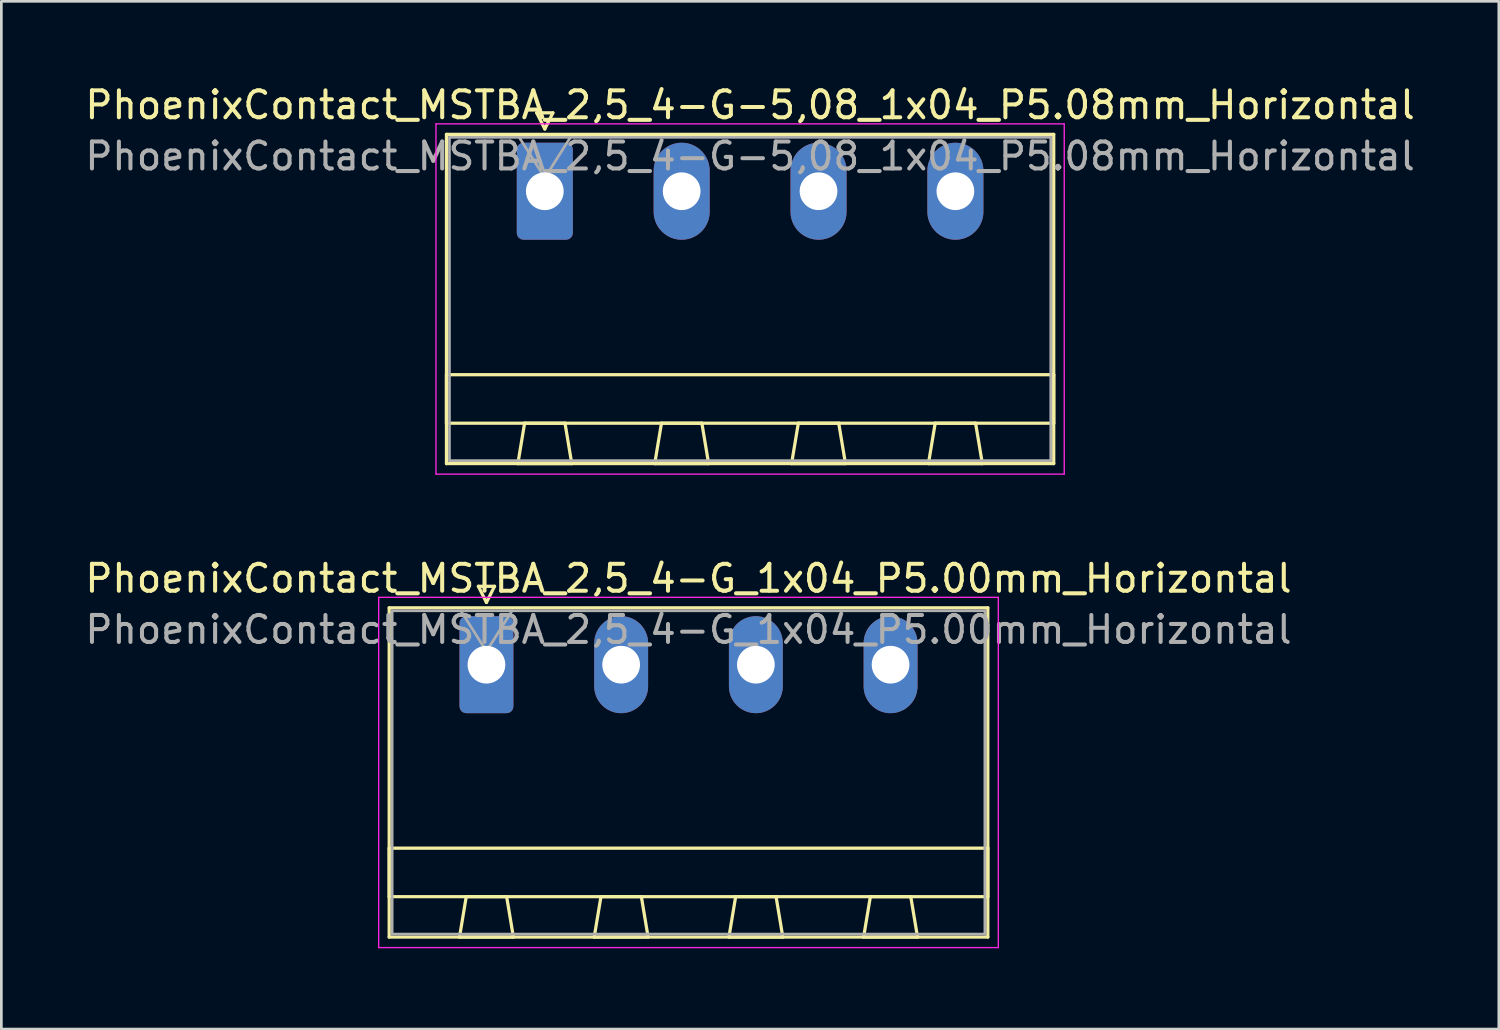
<source format=kicad_pcb>
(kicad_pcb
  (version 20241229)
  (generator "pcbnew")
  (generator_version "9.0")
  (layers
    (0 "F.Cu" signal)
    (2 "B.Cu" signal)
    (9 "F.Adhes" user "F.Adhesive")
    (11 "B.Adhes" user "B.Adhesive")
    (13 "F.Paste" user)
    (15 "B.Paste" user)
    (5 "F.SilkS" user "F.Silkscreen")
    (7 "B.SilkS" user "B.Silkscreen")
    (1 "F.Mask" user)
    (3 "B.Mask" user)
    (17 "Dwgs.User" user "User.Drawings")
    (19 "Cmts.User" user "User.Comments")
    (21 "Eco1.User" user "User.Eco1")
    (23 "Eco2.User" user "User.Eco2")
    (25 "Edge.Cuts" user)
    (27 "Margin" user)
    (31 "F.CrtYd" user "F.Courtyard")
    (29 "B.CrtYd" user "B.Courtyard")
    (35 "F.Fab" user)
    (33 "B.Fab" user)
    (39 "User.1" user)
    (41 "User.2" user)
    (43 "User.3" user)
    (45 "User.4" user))
  (footprint "PhoenixContact_MSTBA_2,5_4-G-5,08_1x04_P5.08mm_Horizontal"
    (layer "F.Cu")
    (at 17.172 4.048)
    (property "Reference" "PhoenixContact_MSTBA_2,5_4-G-5,08_1x04_P5.08mm_Horizontal" (at 7.62 -3.2 0) (layer "F.SilkS") (effects (font (size 1 1) (thickness 0.15))))
    (attr through_hole)
    (fp_line (start -3.65 -2.11) (end -3.65 10.11) (stroke (width 0.12) (type solid)) (layer "F.SilkS"))
    (fp_line (start -3.65 6.81) (end 18.89 6.81) (stroke (width 0.12) (type solid)) (layer "F.SilkS"))
    (fp_line (start -3.65 8.61) (end -3.65 6.81) (stroke (width 0.12) (type solid)) (layer "F.SilkS"))
    (fp_line (start -3.65 10.11) (end 18.89 10.11) (stroke (width 0.12) (type solid)) (layer "F.SilkS"))
    (fp_line (start -1 10.11) (end 1 10.11) (stroke (width 0.12) (type solid)) (layer "F.SilkS"))
    (fp_line (start -0.75 8.61) (end -1 10.11) (stroke (width 0.12) (type solid)) (layer "F.SilkS"))
    (fp_line (start -0.3 -2.91) (end 0.3 -2.91) (stroke (width 0.12) (type solid)) (layer "F.SilkS"))
    (fp_line (start 0 -2.31) (end -0.3 -2.91) (stroke (width 0.12) (type solid)) (layer "F.SilkS"))
    (fp_line (start 0.3 -2.91) (end 0 -2.31) (stroke (width 0.12) (type solid)) (layer "F.SilkS"))
    (fp_line (start 0.75 8.61) (end -0.75 8.61) (stroke (width 0.12) (type solid)) (layer "F.SilkS"))
    (fp_line (start 1 10.11) (end 0.75 8.61) (stroke (width 0.12) (type solid)) (layer "F.SilkS"))
    (fp_line (start 4.08 10.11) (end 6.08 10.11) (stroke (width 0.12) (type solid)) (layer "F.SilkS"))
    (fp_line (start 4.33 8.61) (end 4.08 10.11) (stroke (width 0.12) (type solid)) (layer "F.SilkS"))
    (fp_line (start 5.83 8.61) (end 4.33 8.61) (stroke (width 0.12) (type solid)) (layer "F.SilkS"))
    (fp_line (start 6.08 10.11) (end 5.83 8.61) (stroke (width 0.12) (type solid)) (layer "F.SilkS"))
    (fp_line (start 9.16 10.11) (end 11.16 10.11) (stroke (width 0.12) (type solid)) (layer "F.SilkS"))
    (fp_line (start 9.41 8.61) (end 9.16 10.11) (stroke (width 0.12) (type solid)) (layer "F.SilkS"))
    (fp_line (start 10.91 8.61) (end 9.41 8.61) (stroke (width 0.12) (type solid)) (layer "F.SilkS"))
    (fp_line (start 11.16 10.11) (end 10.91 8.61) (stroke (width 0.12) (type solid)) (layer "F.SilkS"))
    (fp_line (start 14.24 10.11) (end 16.24 10.11) (stroke (width 0.12) (type solid)) (layer "F.SilkS"))
    (fp_line (start 14.49 8.61) (end 14.24 10.11) (stroke (width 0.12) (type solid)) (layer "F.SilkS"))
    (fp_line (start 15.99 8.61) (end 14.49 8.61) (stroke (width 0.12) (type solid)) (layer "F.SilkS"))
    (fp_line (start 16.24 10.11) (end 15.99 8.61) (stroke (width 0.12) (type solid)) (layer "F.SilkS"))
    (fp_line (start 18.89 -2.11) (end -3.65 -2.11) (stroke (width 0.12) (type solid)) (layer "F.SilkS"))
    (fp_line (start 18.89 6.81) (end 18.89 8.61) (stroke (width 0.12) (type solid)) (layer "F.SilkS"))
    (fp_line (start 18.89 8.61) (end -3.65 8.61) (stroke (width 0.12) (type solid)) (layer "F.SilkS"))
    (fp_line (start 18.89 10.11) (end 18.89 -2.11) (stroke (width 0.12) (type solid)) (layer "F.SilkS"))
    (fp_line (start -4.04 -2.5) (end -4.04 10.5) (stroke (width 0.05) (type solid)) (layer "F.CrtYd"))
    (fp_line (start -4.04 10.5) (end 19.28 10.5) (stroke (width 0.05) (type solid)) (layer "F.CrtYd"))
    (fp_line (start 19.28 -2.5) (end -4.04 -2.5) (stroke (width 0.05) (type solid)) (layer "F.CrtYd"))
    (fp_line (start 19.28 10.5) (end 19.28 -2.5) (stroke (width 0.05) (type solid)) (layer "F.CrtYd"))
    (fp_line (start -3.54 -2) (end -3.54 10) (stroke (width 0.1) (type solid)) (layer "F.Fab"))
    (fp_line (start -3.54 10) (end 18.78 10) (stroke (width 0.1) (type solid)) (layer "F.Fab"))
    (fp_line (start 0 -0.5) (end -0.95 -2) (stroke (width 0.1) (type solid)) (layer "F.Fab"))
    (fp_line (start 0.95 -2) (end 0 -0.5) (stroke (width 0.1) (type solid)) (layer "F.Fab"))
    (fp_line (start 18.78 -2) (end -3.54 -2) (stroke (width 0.1) (type solid)) (layer "F.Fab"))
    (fp_line (start 18.78 10) (end 18.78 -2) (stroke (width 0.1) (type solid)) (layer "F.Fab"))
    (fp_text user "${REFERENCE}" (at 7.62 -1.3 0) (layer "F.Fab") (effects (font (size 1 1) (thickness 0.15))))
    (pad "1" thru_hole roundrect (at 0 0) (size 2.08 3.6) (drill 1.4) (layers "*.Cu" "*.Mask") (roundrect_rratio 0.12))
    (pad "2" thru_hole oval (at 5.08 0) (size 2.08 3.6) (drill 1.4) (layers "*.Cu" "*.Mask"))
    (pad "3" thru_hole oval (at 10.16 0) (size 2.08 3.6) (drill 1.4) (layers "*.Cu" "*.Mask"))
    (pad "4" thru_hole oval (at 15.24 0) (size 2.08 3.6) (drill 1.4) (layers "*.Cu" "*.Mask")))
  (footprint "PhoenixContact_MSTBA_2,5_4-G_1x04_P5.00mm_Horizontal"
    (layer "F.Cu")
    (at 15.006 21.622)
    (property "Reference" "PhoenixContact_MSTBA_2,5_4-G_1x04_P5.00mm_Horizontal" (at 7.5 -3.2 0) (layer "F.SilkS") (effects (font (size 1 1) (thickness 0.15))))
    (attr through_hole)
    (fp_line (start -3.61 -2.11) (end -3.61 10.11) (stroke (width 0.12) (type solid)) (layer "F.SilkS"))
    (fp_line (start -3.61 6.81) (end 18.61 6.81) (stroke (width 0.12) (type solid)) (layer "F.SilkS"))
    (fp_line (start -3.61 8.61) (end -3.61 6.81) (stroke (width 0.12) (type solid)) (layer "F.SilkS"))
    (fp_line (start -3.61 10.11) (end 18.61 10.11) (stroke (width 0.12) (type solid)) (layer "F.SilkS"))
    (fp_line (start -1 10.11) (end 1 10.11) (stroke (width 0.12) (type solid)) (layer "F.SilkS"))
    (fp_line (start -0.75 8.61) (end -1 10.11) (stroke (width 0.12) (type solid)) (layer "F.SilkS"))
    (fp_line (start -0.3 -2.91) (end 0.3 -2.91) (stroke (width 0.12) (type solid)) (layer "F.SilkS"))
    (fp_line (start 0 -2.31) (end -0.3 -2.91) (stroke (width 0.12) (type solid)) (layer "F.SilkS"))
    (fp_line (start 0.3 -2.91) (end 0 -2.31) (stroke (width 0.12) (type solid)) (layer "F.SilkS"))
    (fp_line (start 0.75 8.61) (end -0.75 8.61) (stroke (width 0.12) (type solid)) (layer "F.SilkS"))
    (fp_line (start 1 10.11) (end 0.75 8.61) (stroke (width 0.12) (type solid)) (layer "F.SilkS"))
    (fp_line (start 4 10.11) (end 6 10.11) (stroke (width 0.12) (type solid)) (layer "F.SilkS"))
    (fp_line (start 4.25 8.61) (end 4 10.11) (stroke (width 0.12) (type solid)) (layer "F.SilkS"))
    (fp_line (start 5.75 8.61) (end 4.25 8.61) (stroke (width 0.12) (type solid)) (layer "F.SilkS"))
    (fp_line (start 6 10.11) (end 5.75 8.61) (stroke (width 0.12) (type solid)) (layer "F.SilkS"))
    (fp_line (start 9 10.11) (end 11 10.11) (stroke (width 0.12) (type solid)) (layer "F.SilkS"))
    (fp_line (start 9.25 8.61) (end 9 10.11) (stroke (width 0.12) (type solid)) (layer "F.SilkS"))
    (fp_line (start 10.75 8.61) (end 9.25 8.61) (stroke (width 0.12) (type solid)) (layer "F.SilkS"))
    (fp_line (start 11 10.11) (end 10.75 8.61) (stroke (width 0.12) (type solid)) (layer "F.SilkS"))
    (fp_line (start 14 10.11) (end 16 10.11) (stroke (width 0.12) (type solid)) (layer "F.SilkS"))
    (fp_line (start 14.25 8.61) (end 14 10.11) (stroke (width 0.12) (type solid)) (layer "F.SilkS"))
    (fp_line (start 15.75 8.61) (end 14.25 8.61) (stroke (width 0.12) (type solid)) (layer "F.SilkS"))
    (fp_line (start 16 10.11) (end 15.75 8.61) (stroke (width 0.12) (type solid)) (layer "F.SilkS"))
    (fp_line (start 18.61 -2.11) (end -3.61 -2.11) (stroke (width 0.12) (type solid)) (layer "F.SilkS"))
    (fp_line (start 18.61 6.81) (end 18.61 8.61) (stroke (width 0.12) (type solid)) (layer "F.SilkS"))
    (fp_line (start 18.61 8.61) (end -3.61 8.61) (stroke (width 0.12) (type solid)) (layer "F.SilkS"))
    (fp_line (start 18.61 10.11) (end 18.61 -2.11) (stroke (width 0.12) (type solid)) (layer "F.SilkS"))
    (fp_line (start -4 -2.5) (end -4 10.5) (stroke (width 0.05) (type solid)) (layer "F.CrtYd"))
    (fp_line (start -4 10.5) (end 19 10.5) (stroke (width 0.05) (type solid)) (layer "F.CrtYd"))
    (fp_line (start 19 -2.5) (end -4 -2.5) (stroke (width 0.05) (type solid)) (layer "F.CrtYd"))
    (fp_line (start 19 10.5) (end 19 -2.5) (stroke (width 0.05) (type solid)) (layer "F.CrtYd"))
    (fp_line (start -3.5 -2) (end -3.5 10) (stroke (width 0.1) (type solid)) (layer "F.Fab"))
    (fp_line (start -3.5 10) (end 18.5 10) (stroke (width 0.1) (type solid)) (layer "F.Fab"))
    (fp_line (start 0 -0.5) (end -0.95 -2) (stroke (width 0.1) (type solid)) (layer "F.Fab"))
    (fp_line (start 0.95 -2) (end 0 -0.5) (stroke (width 0.1) (type solid)) (layer "F.Fab"))
    (fp_line (start 18.5 -2) (end -3.5 -2) (stroke (width 0.1) (type solid)) (layer "F.Fab"))
    (fp_line (start 18.5 10) (end 18.5 -2) (stroke (width 0.1) (type solid)) (layer "F.Fab"))
    (fp_text user "${REFERENCE}" (at 7.5 -1.3 0) (layer "F.Fab") (effects (font (size 1 1) (thickness 0.15))))
    (pad "1" thru_hole roundrect (at 0 0) (size 2 3.6) (drill 1.4) (layers "*.Cu" "*.Mask") (roundrect_rratio 0.125))
    (pad "2" thru_hole oval (at 5 0) (size 2 3.6) (drill 1.4) (layers "*.Cu" "*.Mask"))
    (pad "3" thru_hole oval (at 10 0) (size 2 3.6) (drill 1.4) (layers "*.Cu" "*.Mask"))
    (pad "4" thru_hole oval (at 15 0) (size 2 3.6) (drill 1.4) (layers "*.Cu" "*.Mask")))
  (gr_rect
    (start -3 -3)
    (end 52.583 35.147)
    (stroke (width 0.1) (type default))
    (fill no)
    (layer "Edge.Cuts")))
</source>
